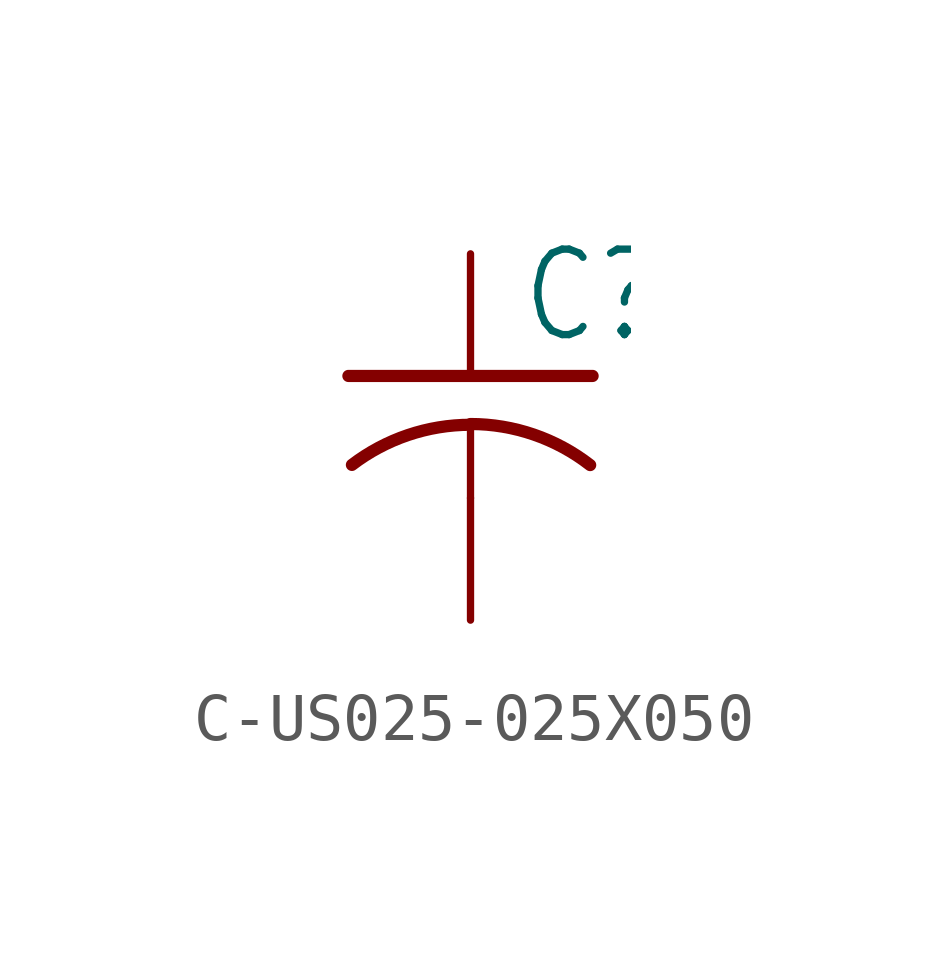
<source format=kicad_sym>
(kicad_symbol_lib
  (version 20231120)
  (generator "kicad_symbol_editor")
  (generator_version "8.0")
  (symbol "C-US025-025X050"
    (property "Reference" "C"
      (at 1.016 0.635 0)
      (effects (font (size 1.778 1.511)) (justify left bottom)))
    (property "Value" ""
      (at 1.016 -4.191 0)
      (effects (font (size 1.778 1.511)) (justify left bottom)))
    (property "ki_locked" ""
      (at 0 0 0)
      (effects (font (size 1.27 1.27))))
    (symbol "C-US025-025X050_1_0"
      (arc (start 0 -1.0161) (mid -1.302 -1.2303) (end -2.4668 -1.8504) (stroke (width 0.254) (type solid)) (fill (type none)))
      (polyline (pts (xy -2.54 0) (xy 2.54 0)) (stroke (width 0.254) (type solid)) (fill (type none)))
      (polyline (pts (xy 0 -1.016) (xy 0 -2.54)) (stroke (width 0.152) (type solid)) (fill (type none)))
      (arc (start 2.4892 -1.8541) (mid 1.3158 -1.2194) (end 0 -1) (stroke (width 0.254) (type solid)) (fill (type none)))
      (pin passive line (at 0 2.54 270) (length 2.54) (name "1" (effects (font (size 0 0)))) (number "1" (effects (font (size 0 0)))))
      (pin passive line (at 0 -5.08 90) (length 2.54) (name "2" (effects (font (size 0 0)))) (number "2" (effects (font (size 0 0))))))))
</source>
